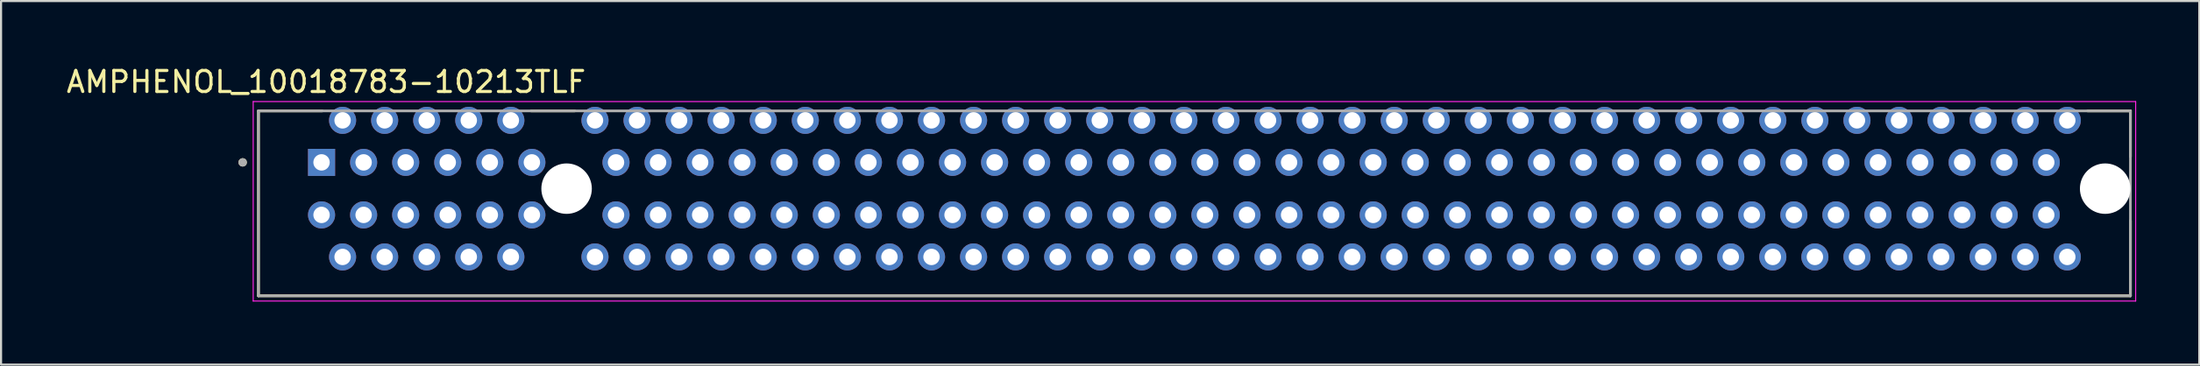
<source format=kicad_pcb>
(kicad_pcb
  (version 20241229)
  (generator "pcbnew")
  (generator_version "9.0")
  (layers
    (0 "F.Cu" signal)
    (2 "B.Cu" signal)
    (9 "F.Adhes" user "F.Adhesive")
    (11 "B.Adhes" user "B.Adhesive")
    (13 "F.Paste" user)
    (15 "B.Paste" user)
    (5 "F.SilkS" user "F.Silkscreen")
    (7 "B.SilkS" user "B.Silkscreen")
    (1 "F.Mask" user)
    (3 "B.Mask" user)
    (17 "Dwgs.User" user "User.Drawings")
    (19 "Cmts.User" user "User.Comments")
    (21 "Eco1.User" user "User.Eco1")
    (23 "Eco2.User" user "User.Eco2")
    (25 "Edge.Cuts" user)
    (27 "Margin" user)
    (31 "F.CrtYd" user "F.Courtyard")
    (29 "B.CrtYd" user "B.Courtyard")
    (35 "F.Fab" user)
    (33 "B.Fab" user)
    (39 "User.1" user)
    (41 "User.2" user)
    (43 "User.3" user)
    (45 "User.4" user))
  (footprint "AMPHENOL_10018783-10213TLF"
    (layer "F.Cu")
    (at 23.888 5.928)
    (property "Reference" "AMPHENOL_10018783-10213TLF" (at -11.43 -5.08 0) (layer "F.SilkS") (effects (font (size 1 1) (thickness 0.15))))
    (attr through_hole)
    (fp_line (start -14.65 -3.7) (end -11.614 -3.7) (stroke (width 0.127) (type solid)) (layer "F.SilkS"))
    (fp_line (start -14.65 5.1) (end -14.65 -3.7) (stroke (width 0.127) (type solid)) (layer "F.SilkS"))
    (fp_line (start -1.69 -3.7) (end 0.39 -3.7) (stroke (width 0.127) (type solid)) (layer "F.SilkS"))
    (fp_line (start 72.314 -3.7) (end 74.35 -3.7) (stroke (width 0.127) (type solid)) (layer "F.SilkS"))
    (fp_line (start 74.35 -3.7) (end 74.35 -1.52) (stroke (width 0.127) (type solid)) (layer "F.SilkS"))
    (fp_line (start 74.35 5.1) (end -14.65 5.1) (stroke (width 0.127) (type solid)) (layer "F.SilkS"))
    (fp_line (start 74.35 5.1) (end 74.35 1.52) (stroke (width 0.127) (type solid)) (layer "F.SilkS"))
    (fp_circle (center -15.4 -1.25) (end -15.3 -1.25) (stroke (width 0.2) (type solid)) (fill no) (layer "F.SilkS"))
    (fp_line (start -14.9 -4.144) (end -14.9 5.35) (stroke (width 0.05) (type solid)) (layer "F.CrtYd"))
    (fp_line (start -14.9 5.35) (end 74.6 5.35) (stroke (width 0.05) (type solid)) (layer "F.CrtYd"))
    (fp_line (start 74.6 -4.144) (end -14.9 -4.144) (stroke (width 0.05) (type solid)) (layer "F.CrtYd"))
    (fp_line (start 74.6 5.35) (end 74.6 -4.144) (stroke (width 0.05) (type solid)) (layer "F.CrtYd"))
    (fp_line (start -14.65 -3.7) (end 74.35 -3.7) (stroke (width 0.127) (type solid)) (layer "F.Fab"))
    (fp_line (start -14.65 5.1) (end -14.65 -3.7) (stroke (width 0.127) (type solid)) (layer "F.Fab"))
    (fp_line (start 74.35 -3.7) (end 74.35 5.1) (stroke (width 0.127) (type solid)) (layer "F.Fab"))
    (fp_line (start 74.35 5.1) (end -14.65 5.1) (stroke (width 0.127) (type solid)) (layer "F.Fab"))
    (fp_circle (center -15.4 -1.25) (end -15.3 -1.25) (stroke (width 0.2) (type solid)) (fill no) (layer "F.Fab"))
    (pad "" np_thru_hole circle (at 0 0) (size 2.4 2.4) (drill 2.4) (layers "*.Cu" "*.Mask"))
    (pad "" np_thru_hole circle (at 73.15 0) (size 2.4 2.4) (drill 2.4) (layers "*.Cu" "*.Mask"))
    (pad "A1" thru_hole rect (at -11.65 -1.25) (size 1.288 1.288) (drill 0.78) (layers "*.Cu" "*.Mask"))
    (pad "A2" thru_hole circle (at -10.65 -3.25) (size 1.288 1.288) (drill 0.78) (layers "*.Cu" "*.Mask"))
    (pad "A3" thru_hole circle (at -9.65 -1.25) (size 1.288 1.288) (drill 0.78) (layers "*.Cu" "*.Mask"))
    (pad "A4" thru_hole circle (at -8.65 -3.25) (size 1.288 1.288) (drill 0.78) (layers "*.Cu" "*.Mask"))
    (pad "A5" thru_hole circle (at -7.65 -1.25) (size 1.288 1.288) (drill 0.78) (layers "*.Cu" "*.Mask"))
    (pad "A6" thru_hole circle (at -6.65 -3.25) (size 1.288 1.288) (drill 0.78) (layers "*.Cu" "*.Mask"))
    (pad "A7" thru_hole circle (at -5.65 -1.25) (size 1.288 1.288) (drill 0.78) (layers "*.Cu" "*.Mask"))
    (pad "A8" thru_hole circle (at -4.65 -3.25) (size 1.288 1.288) (drill 0.78) (layers "*.Cu" "*.Mask"))
    (pad "A9" thru_hole circle (at -3.65 -1.25) (size 1.288 1.288) (drill 0.78) (layers "*.Cu" "*.Mask"))
    (pad "A10" thru_hole circle (at -2.65 -3.25) (size 1.288 1.288) (drill 0.78) (layers "*.Cu" "*.Mask"))
    (pad "A11" thru_hole circle (at -1.65 -1.25) (size 1.288 1.288) (drill 0.78) (layers "*.Cu" "*.Mask"))
    (pad "A12" thru_hole circle (at 1.35 -3.25) (size 1.288 1.288) (drill 0.78) (layers "*.Cu" "*.Mask"))
    (pad "A13" thru_hole circle (at 2.35 -1.25) (size 1.288 1.288) (drill 0.78) (layers "*.Cu" "*.Mask"))
    (pad "A14" thru_hole circle (at 3.35 -3.25) (size 1.288 1.288) (drill 0.78) (layers "*.Cu" "*.Mask"))
    (pad "A15" thru_hole circle (at 4.35 -1.25) (size 1.288 1.288) (drill 0.78) (layers "*.Cu" "*.Mask"))
    (pad "A16" thru_hole circle (at 5.35 -3.25) (size 1.288 1.288) (drill 0.78) (layers "*.Cu" "*.Mask"))
    (pad "A17" thru_hole circle (at 6.35 -1.25) (size 1.288 1.288) (drill 0.78) (layers "*.Cu" "*.Mask"))
    (pad "A18" thru_hole circle (at 7.35 -3.25) (size 1.288 1.288) (drill 0.78) (layers "*.Cu" "*.Mask"))
    (pad "A19" thru_hole circle (at 8.35 -1.25) (size 1.288 1.288) (drill 0.78) (layers "*.Cu" "*.Mask"))
    (pad "A20" thru_hole circle (at 9.35 -3.25) (size 1.288 1.288) (drill 0.78) (layers "*.Cu" "*.Mask"))
    (pad "A21" thru_hole circle (at 10.35 -1.25) (size 1.288 1.288) (drill 0.78) (layers "*.Cu" "*.Mask"))
    (pad "A22" thru_hole circle (at 11.35 -3.25) (size 1.288 1.288) (drill 0.78) (layers "*.Cu" "*.Mask"))
    (pad "A23" thru_hole circle (at 12.35 -1.25) (size 1.288 1.288) (drill 0.78) (layers "*.Cu" "*.Mask"))
    (pad "A24" thru_hole circle (at 13.35 -3.25) (size 1.288 1.288) (drill 0.78) (layers "*.Cu" "*.Mask"))
    (pad "A25" thru_hole circle (at 14.35 -1.25) (size 1.288 1.288) (drill 0.78) (layers "*.Cu" "*.Mask"))
    (pad "A26" thru_hole circle (at 15.35 -3.25) (size 1.288 1.288) (drill 0.78) (layers "*.Cu" "*.Mask"))
    (pad "A27" thru_hole circle (at 16.35 -1.25) (size 1.288 1.288) (drill 0.78) (layers "*.Cu" "*.Mask"))
    (pad "A28" thru_hole circle (at 17.35 -3.25) (size 1.288 1.288) (drill 0.78) (layers "*.Cu" "*.Mask"))
    (pad "A29" thru_hole circle (at 18.35 -1.25) (size 1.288 1.288) (drill 0.78) (layers "*.Cu" "*.Mask"))
    (pad "A30" thru_hole circle (at 19.35 -3.25) (size 1.288 1.288) (drill 0.78) (layers "*.Cu" "*.Mask"))
    (pad "A31" thru_hole circle (at 20.35 -1.25) (size 1.288 1.288) (drill 0.78) (layers "*.Cu" "*.Mask"))
    (pad "A32" thru_hole circle (at 21.35 -3.25) (size 1.288 1.288) (drill 0.78) (layers "*.Cu" "*.Mask"))
    (pad "A33" thru_hole circle (at 22.35 -1.25) (size 1.288 1.288) (drill 0.78) (layers "*.Cu" "*.Mask"))
    (pad "A34" thru_hole circle (at 23.35 -3.25) (size 1.288 1.288) (drill 0.78) (layers "*.Cu" "*.Mask"))
    (pad "A35" thru_hole circle (at 24.35 -1.25) (size 1.288 1.288) (drill 0.78) (layers "*.Cu" "*.Mask"))
    (pad "A36" thru_hole circle (at 25.35 -3.25) (size 1.288 1.288) (drill 0.78) (layers "*.Cu" "*.Mask"))
    (pad "A37" thru_hole circle (at 26.35 -1.25) (size 1.288 1.288) (drill 0.78) (layers "*.Cu" "*.Mask"))
    (pad "A38" thru_hole circle (at 27.35 -3.25) (size 1.288 1.288) (drill 0.78) (layers "*.Cu" "*.Mask"))
    (pad "A39" thru_hole circle (at 28.35 -1.25) (size 1.288 1.288) (drill 0.78) (layers "*.Cu" "*.Mask"))
    (pad "A40" thru_hole circle (at 29.35 -3.25) (size 1.288 1.288) (drill 0.78) (layers "*.Cu" "*.Mask"))
    (pad "A41" thru_hole circle (at 30.35 -1.25) (size 1.288 1.288) (drill 0.78) (layers "*.Cu" "*.Mask"))
    (pad "A42" thru_hole circle (at 31.35 -3.25) (size 1.288 1.288) (drill 0.78) (layers "*.Cu" "*.Mask"))
    (pad "A43" thru_hole circle (at 32.35 -1.25) (size 1.288 1.288) (drill 0.78) (layers "*.Cu" "*.Mask"))
    (pad "A44" thru_hole circle (at 33.35 -3.25) (size 1.288 1.288) (drill 0.78) (layers "*.Cu" "*.Mask"))
    (pad "A45" thru_hole circle (at 34.35 -1.25) (size 1.288 1.288) (drill 0.78) (layers "*.Cu" "*.Mask"))
    (pad "A46" thru_hole circle (at 35.35 -3.25) (size 1.288 1.288) (drill 0.78) (layers "*.Cu" "*.Mask"))
    (pad "A47" thru_hole circle (at 36.35 -1.25) (size 1.288 1.288) (drill 0.78) (layers "*.Cu" "*.Mask"))
    (pad "A48" thru_hole circle (at 37.35 -3.25) (size 1.288 1.288) (drill 0.78) (layers "*.Cu" "*.Mask"))
    (pad "A49" thru_hole circle (at 38.35 -1.25) (size 1.288 1.288) (drill 0.78) (layers "*.Cu" "*.Mask"))
    (pad "A50" thru_hole circle (at 39.35 -3.25) (size 1.288 1.288) (drill 0.78) (layers "*.Cu" "*.Mask"))
    (pad "A51" thru_hole circle (at 40.35 -1.25) (size 1.288 1.288) (drill 0.78) (layers "*.Cu" "*.Mask"))
    (pad "A52" thru_hole circle (at 41.35 -3.25) (size 1.288 1.288) (drill 0.78) (layers "*.Cu" "*.Mask"))
    (pad "A53" thru_hole circle (at 42.35 -1.25) (size 1.288 1.288) (drill 0.78) (layers "*.Cu" "*.Mask"))
    (pad "A54" thru_hole circle (at 43.35 -3.25) (size 1.288 1.288) (drill 0.78) (layers "*.Cu" "*.Mask"))
    (pad "A55" thru_hole circle (at 44.35 -1.25) (size 1.288 1.288) (drill 0.78) (layers "*.Cu" "*.Mask"))
    (pad "A56" thru_hole circle (at 45.35 -3.25) (size 1.288 1.288) (drill 0.78) (layers "*.Cu" "*.Mask"))
    (pad "A57" thru_hole circle (at 46.35 -1.25) (size 1.288 1.288) (drill 0.78) (layers "*.Cu" "*.Mask"))
    (pad "A58" thru_hole circle (at 47.35 -3.25) (size 1.288 1.288) (drill 0.78) (layers "*.Cu" "*.Mask"))
    (pad "A59" thru_hole circle (at 48.35 -1.25) (size 1.288 1.288) (drill 0.78) (layers "*.Cu" "*.Mask"))
    (pad "A60" thru_hole circle (at 49.35 -3.25) (size 1.288 1.288) (drill 0.78) (layers "*.Cu" "*.Mask"))
    (pad "A61" thru_hole circle (at 50.35 -1.25) (size 1.288 1.288) (drill 0.78) (layers "*.Cu" "*.Mask"))
    (pad "A62" thru_hole circle (at 51.35 -3.25) (size 1.288 1.288) (drill 0.78) (layers "*.Cu" "*.Mask"))
    (pad "A63" thru_hole circle (at 52.35 -1.25) (size 1.288 1.288) (drill 0.78) (layers "*.Cu" "*.Mask"))
    (pad "A64" thru_hole circle (at 53.35 -3.25) (size 1.288 1.288) (drill 0.78) (layers "*.Cu" "*.Mask"))
    (pad "A65" thru_hole circle (at 54.35 -1.25) (size 1.288 1.288) (drill 0.78) (layers "*.Cu" "*.Mask"))
    (pad "A66" thru_hole circle (at 55.35 -3.25) (size 1.288 1.288) (drill 0.78) (layers "*.Cu" "*.Mask"))
    (pad "A67" thru_hole circle (at 56.35 -1.25) (size 1.288 1.288) (drill 0.78) (layers "*.Cu" "*.Mask"))
    (pad "A68" thru_hole circle (at 57.35 -3.25) (size 1.288 1.288) (drill 0.78) (layers "*.Cu" "*.Mask"))
    (pad "A69" thru_hole circle (at 58.35 -1.25) (size 1.288 1.288) (drill 0.78) (layers "*.Cu" "*.Mask"))
    (pad "A70" thru_hole circle (at 59.35 -3.25) (size 1.288 1.288) (drill 0.78) (layers "*.Cu" "*.Mask"))
    (pad "A71" thru_hole circle (at 60.35 -1.25) (size 1.288 1.288) (drill 0.78) (layers "*.Cu" "*.Mask"))
    (pad "A72" thru_hole circle (at 61.35 -3.25) (size 1.288 1.288) (drill 0.78) (layers "*.Cu" "*.Mask"))
    (pad "A73" thru_hole circle (at 62.35 -1.25) (size 1.288 1.288) (drill 0.78) (layers "*.Cu" "*.Mask"))
    (pad "A74" thru_hole circle (at 63.35 -3.25) (size 1.288 1.288) (drill 0.78) (layers "*.Cu" "*.Mask"))
    (pad "A75" thru_hole circle (at 64.35 -1.25) (size 1.288 1.288) (drill 0.78) (layers "*.Cu" "*.Mask"))
    (pad "A76" thru_hole circle (at 65.35 -3.25) (size 1.288 1.288) (drill 0.78) (layers "*.Cu" "*.Mask"))
    (pad "A77" thru_hole circle (at 66.35 -1.25) (size 1.288 1.288) (drill 0.78) (layers "*.Cu" "*.Mask"))
    (pad "A78" thru_hole circle (at 67.35 -3.25) (size 1.288 1.288) (drill 0.78) (layers "*.Cu" "*.Mask"))
    (pad "A79" thru_hole circle (at 68.35 -1.25) (size 1.288 1.288) (drill 0.78) (layers "*.Cu" "*.Mask"))
    (pad "A80" thru_hole circle (at 69.35 -3.25) (size 1.288 1.288) (drill 0.78) (layers "*.Cu" "*.Mask"))
    (pad "A81" thru_hole circle (at 70.35 -1.25) (size 1.288 1.288) (drill 0.78) (layers "*.Cu" "*.Mask"))
    (pad "A82" thru_hole circle (at 71.35 -3.25) (size 1.288 1.288) (drill 0.78) (layers "*.Cu" "*.Mask"))
    (pad "B1" thru_hole circle (at -11.65 1.25) (size 1.288 1.288) (drill 0.78) (layers "*.Cu" "*.Mask"))
    (pad "B2" thru_hole circle (at -10.65 3.25) (size 1.288 1.288) (drill 0.78) (layers "*.Cu" "*.Mask"))
    (pad "B3" thru_hole circle (at -9.65 1.25) (size 1.288 1.288) (drill 0.78) (layers "*.Cu" "*.Mask"))
    (pad "B4" thru_hole circle (at -8.65 3.25) (size 1.288 1.288) (drill 0.78) (layers "*.Cu" "*.Mask"))
    (pad "B5" thru_hole circle (at -7.65 1.25) (size 1.288 1.288) (drill 0.78) (layers "*.Cu" "*.Mask"))
    (pad "B6" thru_hole circle (at -6.65 3.25) (size 1.288 1.288) (drill 0.78) (layers "*.Cu" "*.Mask"))
    (pad "B7" thru_hole circle (at -5.65 1.25) (size 1.288 1.288) (drill 0.78) (layers "*.Cu" "*.Mask"))
    (pad "B8" thru_hole circle (at -4.65 3.25) (size 1.288 1.288) (drill 0.78) (layers "*.Cu" "*.Mask"))
    (pad "B9" thru_hole circle (at -3.65 1.25) (size 1.288 1.288) (drill 0.78) (layers "*.Cu" "*.Mask"))
    (pad "B10" thru_hole circle (at -2.65 3.25) (size 1.288 1.288) (drill 0.78) (layers "*.Cu" "*.Mask"))
    (pad "B11" thru_hole circle (at -1.65 1.25) (size 1.288 1.288) (drill 0.78) (layers "*.Cu" "*.Mask"))
    (pad "B12" thru_hole circle (at 1.35 3.25) (size 1.288 1.288) (drill 0.78) (layers "*.Cu" "*.Mask"))
    (pad "B13" thru_hole circle (at 2.35 1.25) (size 1.288 1.288) (drill 0.78) (layers "*.Cu" "*.Mask"))
    (pad "B14" thru_hole circle (at 3.35 3.25) (size 1.288 1.288) (drill 0.78) (layers "*.Cu" "*.Mask"))
    (pad "B15" thru_hole circle (at 4.35 1.25) (size 1.288 1.288) (drill 0.78) (layers "*.Cu" "*.Mask"))
    (pad "B16" thru_hole circle (at 5.35 3.25) (size 1.288 1.288) (drill 0.78) (layers "*.Cu" "*.Mask"))
    (pad "B17" thru_hole circle (at 6.35 1.25) (size 1.288 1.288) (drill 0.78) (layers "*.Cu" "*.Mask"))
    (pad "B18" thru_hole circle (at 7.35 3.25) (size 1.288 1.288) (drill 0.78) (layers "*.Cu" "*.Mask"))
    (pad "B19" thru_hole circle (at 8.35 1.25) (size 1.288 1.288) (drill 0.78) (layers "*.Cu" "*.Mask"))
    (pad "B20" thru_hole circle (at 9.35 3.25) (size 1.288 1.288) (drill 0.78) (layers "*.Cu" "*.Mask"))
    (pad "B21" thru_hole circle (at 10.35 1.25) (size 1.288 1.288) (drill 0.78) (layers "*.Cu" "*.Mask"))
    (pad "B22" thru_hole circle (at 11.35 3.25) (size 1.288 1.288) (drill 0.78) (layers "*.Cu" "*.Mask"))
    (pad "B23" thru_hole circle (at 12.35 1.25) (size 1.288 1.288) (drill 0.78) (layers "*.Cu" "*.Mask"))
    (pad "B24" thru_hole circle (at 13.35 3.25) (size 1.288 1.288) (drill 0.78) (layers "*.Cu" "*.Mask"))
    (pad "B25" thru_hole circle (at 14.35 1.25) (size 1.288 1.288) (drill 0.78) (layers "*.Cu" "*.Mask"))
    (pad "B26" thru_hole circle (at 15.35 3.25) (size 1.288 1.288) (drill 0.78) (layers "*.Cu" "*.Mask"))
    (pad "B27" thru_hole circle (at 16.35 1.25) (size 1.288 1.288) (drill 0.78) (layers "*.Cu" "*.Mask"))
    (pad "B28" thru_hole circle (at 17.35 3.25) (size 1.288 1.288) (drill 0.78) (layers "*.Cu" "*.Mask"))
    (pad "B29" thru_hole circle (at 18.35 1.25) (size 1.288 1.288) (drill 0.78) (layers "*.Cu" "*.Mask"))
    (pad "B30" thru_hole circle (at 19.35 3.25) (size 1.288 1.288) (drill 0.78) (layers "*.Cu" "*.Mask"))
    (pad "B31" thru_hole circle (at 20.35 1.25) (size 1.288 1.288) (drill 0.78) (layers "*.Cu" "*.Mask"))
    (pad "B32" thru_hole circle (at 21.35 3.25) (size 1.288 1.288) (drill 0.78) (layers "*.Cu" "*.Mask"))
    (pad "B33" thru_hole circle (at 22.35 1.25) (size 1.288 1.288) (drill 0.78) (layers "*.Cu" "*.Mask"))
    (pad "B34" thru_hole circle (at 23.35 3.25) (size 1.288 1.288) (drill 0.78) (layers "*.Cu" "*.Mask"))
    (pad "B35" thru_hole circle (at 24.35 1.25) (size 1.288 1.288) (drill 0.78) (layers "*.Cu" "*.Mask"))
    (pad "B36" thru_hole circle (at 25.35 3.25) (size 1.288 1.288) (drill 0.78) (layers "*.Cu" "*.Mask"))
    (pad "B37" thru_hole circle (at 26.35 1.25) (size 1.288 1.288) (drill 0.78) (layers "*.Cu" "*.Mask"))
    (pad "B38" thru_hole circle (at 27.35 3.25) (size 1.288 1.288) (drill 0.78) (layers "*.Cu" "*.Mask"))
    (pad "B39" thru_hole circle (at 28.35 1.25) (size 1.288 1.288) (drill 0.78) (layers "*.Cu" "*.Mask"))
    (pad "B40" thru_hole circle (at 29.35 3.25) (size 1.288 1.288) (drill 0.78) (layers "*.Cu" "*.Mask"))
    (pad "B41" thru_hole circle (at 30.35 1.25) (size 1.288 1.288) (drill 0.78) (layers "*.Cu" "*.Mask"))
    (pad "B42" thru_hole circle (at 31.35 3.25) (size 1.288 1.288) (drill 0.78) (layers "*.Cu" "*.Mask"))
    (pad "B43" thru_hole circle (at 32.35 1.25) (size 1.288 1.288) (drill 0.78) (layers "*.Cu" "*.Mask"))
    (pad "B44" thru_hole circle (at 33.35 3.25) (size 1.288 1.288) (drill 0.78) (layers "*.Cu" "*.Mask"))
    (pad "B45" thru_hole circle (at 34.35 1.25) (size 1.288 1.288) (drill 0.78) (layers "*.Cu" "*.Mask"))
    (pad "B46" thru_hole circle (at 35.35 3.25) (size 1.288 1.288) (drill 0.78) (layers "*.Cu" "*.Mask"))
    (pad "B47" thru_hole circle (at 36.35 1.25) (size 1.288 1.288) (drill 0.78) (layers "*.Cu" "*.Mask"))
    (pad "B48" thru_hole circle (at 37.35 3.25) (size 1.288 1.288) (drill 0.78) (layers "*.Cu" "*.Mask"))
    (pad "B49" thru_hole circle (at 38.35 1.25) (size 1.288 1.288) (drill 0.78) (layers "*.Cu" "*.Mask"))
    (pad "B50" thru_hole circle (at 39.35 3.25) (size 1.288 1.288) (drill 0.78) (layers "*.Cu" "*.Mask"))
    (pad "B51" thru_hole circle (at 40.35 1.25) (size 1.288 1.288) (drill 0.78) (layers "*.Cu" "*.Mask"))
    (pad "B52" thru_hole circle (at 41.35 3.25) (size 1.288 1.288) (drill 0.78) (layers "*.Cu" "*.Mask"))
    (pad "B53" thru_hole circle (at 42.35 1.25) (size 1.288 1.288) (drill 0.78) (layers "*.Cu" "*.Mask"))
    (pad "B54" thru_hole circle (at 43.35 3.25) (size 1.288 1.288) (drill 0.78) (layers "*.Cu" "*.Mask"))
    (pad "B55" thru_hole circle (at 44.35 1.25) (size 1.288 1.288) (drill 0.78) (layers "*.Cu" "*.Mask"))
    (pad "B56" thru_hole circle (at 45.35 3.25) (size 1.288 1.288) (drill 0.78) (layers "*.Cu" "*.Mask"))
    (pad "B57" thru_hole circle (at 46.35 1.25) (size 1.288 1.288) (drill 0.78) (layers "*.Cu" "*.Mask"))
    (pad "B58" thru_hole circle (at 47.35 3.25) (size 1.288 1.288) (drill 0.78) (layers "*.Cu" "*.Mask"))
    (pad "B59" thru_hole circle (at 48.35 1.25) (size 1.288 1.288) (drill 0.78) (layers "*.Cu" "*.Mask"))
    (pad "B60" thru_hole circle (at 49.35 3.25) (size 1.288 1.288) (drill 0.78) (layers "*.Cu" "*.Mask"))
    (pad "B61" thru_hole circle (at 50.35 1.25) (size 1.288 1.288) (drill 0.78) (layers "*.Cu" "*.Mask"))
    (pad "B62" thru_hole circle (at 51.35 3.25) (size 1.288 1.288) (drill 0.78) (layers "*.Cu" "*.Mask"))
    (pad "B63" thru_hole circle (at 52.35 1.25) (size 1.288 1.288) (drill 0.78) (layers "*.Cu" "*.Mask"))
    (pad "B64" thru_hole circle (at 53.35 3.25) (size 1.288 1.288) (drill 0.78) (layers "*.Cu" "*.Mask"))
    (pad "B65" thru_hole circle (at 54.35 1.25) (size 1.288 1.288) (drill 0.78) (layers "*.Cu" "*.Mask"))
    (pad "B66" thru_hole circle (at 55.35 3.25) (size 1.288 1.288) (drill 0.78) (layers "*.Cu" "*.Mask"))
    (pad "B67" thru_hole circle (at 56.35 1.25) (size 1.288 1.288) (drill 0.78) (layers "*.Cu" "*.Mask"))
    (pad "B68" thru_hole circle (at 57.35 3.25) (size 1.288 1.288) (drill 0.78) (layers "*.Cu" "*.Mask"))
    (pad "B69" thru_hole circle (at 58.35 1.25) (size 1.288 1.288) (drill 0.78) (layers "*.Cu" "*.Mask"))
    (pad "B70" thru_hole circle (at 59.35 3.25) (size 1.288 1.288) (drill 0.78) (layers "*.Cu" "*.Mask"))
    (pad "B71" thru_hole circle (at 60.35 1.25) (size 1.288 1.288) (drill 0.78) (layers "*.Cu" "*.Mask"))
    (pad "B72" thru_hole circle (at 61.35 3.25) (size 1.288 1.288) (drill 0.78) (layers "*.Cu" "*.Mask"))
    (pad "B73" thru_hole circle (at 62.35 1.25) (size 1.288 1.288) (drill 0.78) (layers "*.Cu" "*.Mask"))
    (pad "B74" thru_hole circle (at 63.35 3.25) (size 1.288 1.288) (drill 0.78) (layers "*.Cu" "*.Mask"))
    (pad "B75" thru_hole circle (at 64.35 1.25) (size 1.288 1.288) (drill 0.78) (layers "*.Cu" "*.Mask"))
    (pad "B76" thru_hole circle (at 65.35 3.25) (size 1.288 1.288) (drill 0.78) (layers "*.Cu" "*.Mask"))
    (pad "B77" thru_hole circle (at 66.35 1.25) (size 1.288 1.288) (drill 0.78) (layers "*.Cu" "*.Mask"))
    (pad "B78" thru_hole circle (at 67.35 3.25) (size 1.288 1.288) (drill 0.78) (layers "*.Cu" "*.Mask"))
    (pad "B79" thru_hole circle (at 68.35 1.25) (size 1.288 1.288) (drill 0.78) (layers "*.Cu" "*.Mask"))
    (pad "B80" thru_hole circle (at 69.35 3.25) (size 1.288 1.288) (drill 0.78) (layers "*.Cu" "*.Mask"))
    (pad "B81" thru_hole circle (at 70.35 1.25) (size 1.288 1.288) (drill 0.78) (layers "*.Cu" "*.Mask"))
    (pad "B82" thru_hole circle (at 71.35 3.25) (size 1.288 1.288) (drill 0.78) (layers "*.Cu" "*.Mask")))
  (gr_rect
    (start -3 -3)
    (end 101.513 14.303)
    (stroke (width 0.1) (type default))
    (fill no)
    (layer "Edge.Cuts")))
</source>
